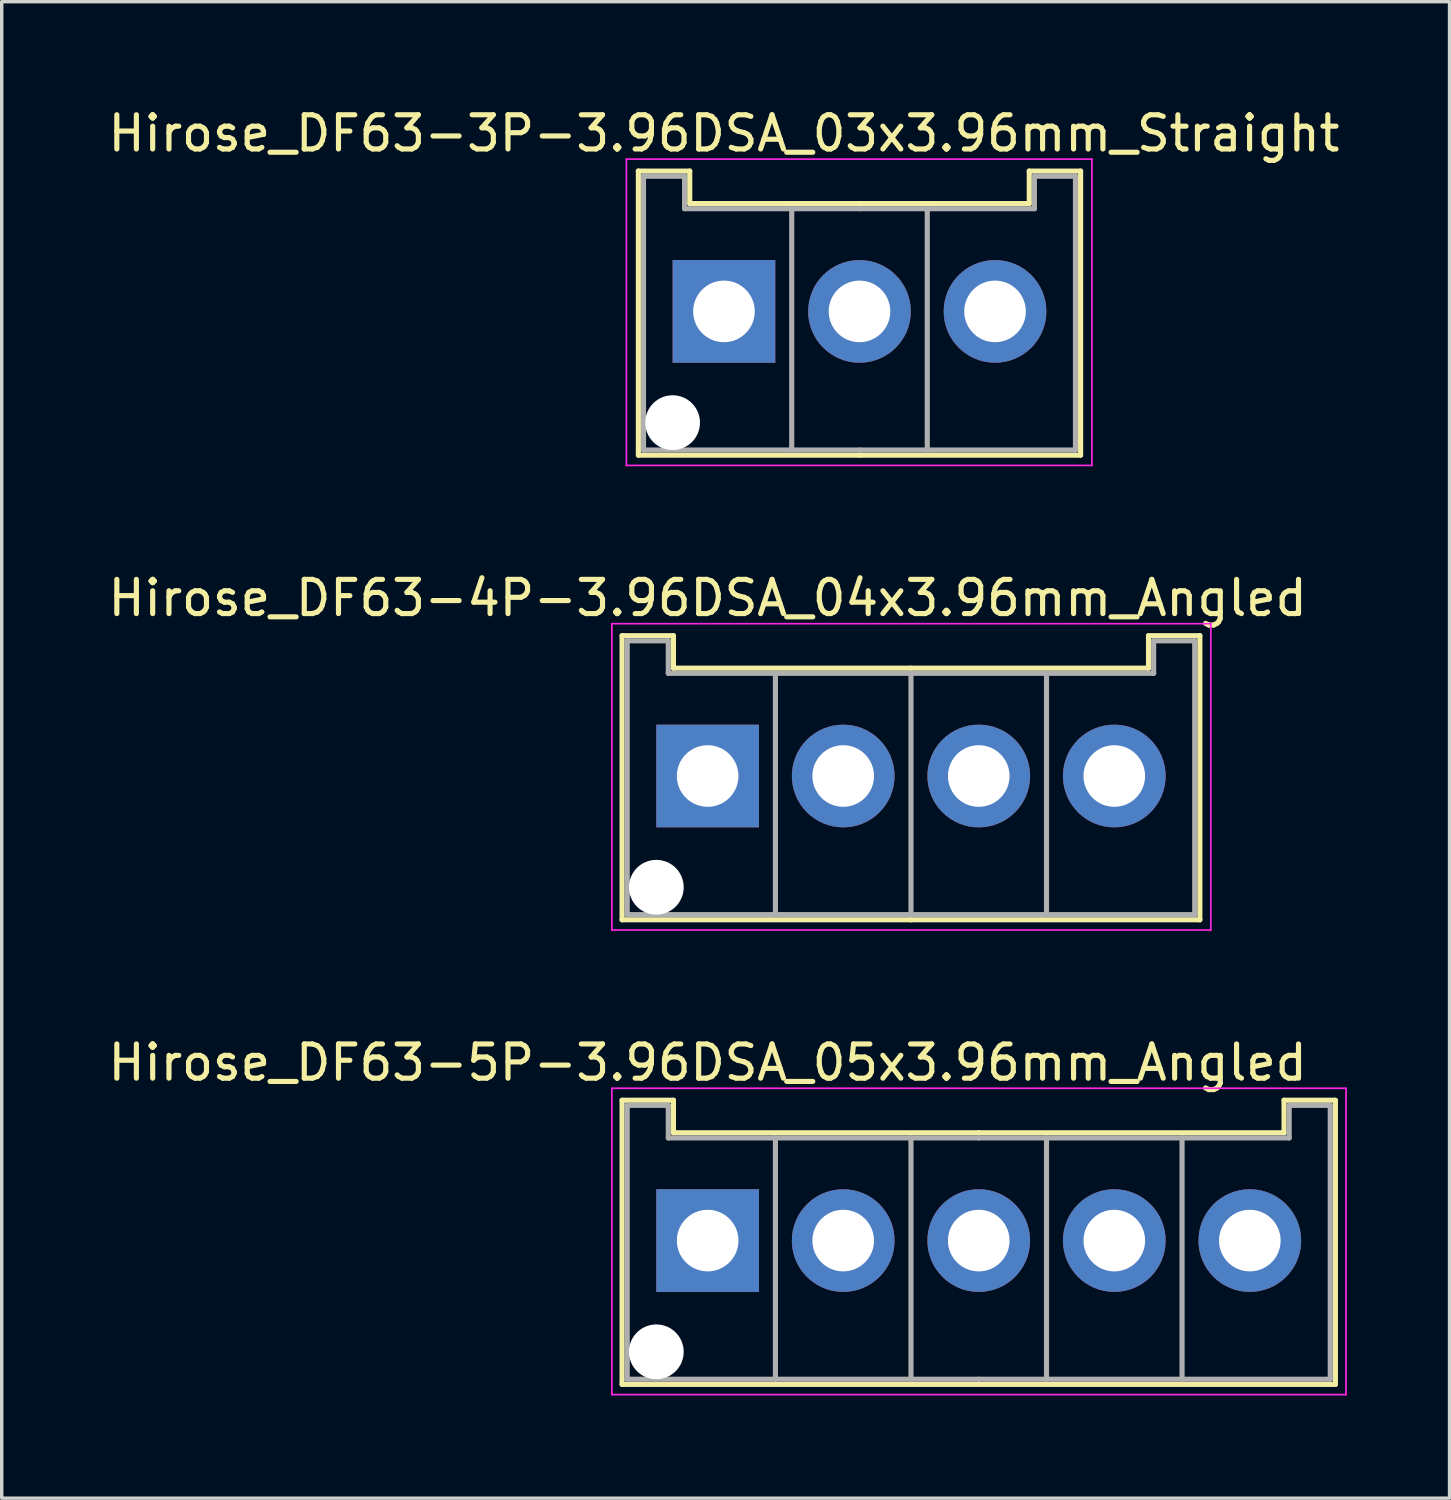
<source format=kicad_pcb>
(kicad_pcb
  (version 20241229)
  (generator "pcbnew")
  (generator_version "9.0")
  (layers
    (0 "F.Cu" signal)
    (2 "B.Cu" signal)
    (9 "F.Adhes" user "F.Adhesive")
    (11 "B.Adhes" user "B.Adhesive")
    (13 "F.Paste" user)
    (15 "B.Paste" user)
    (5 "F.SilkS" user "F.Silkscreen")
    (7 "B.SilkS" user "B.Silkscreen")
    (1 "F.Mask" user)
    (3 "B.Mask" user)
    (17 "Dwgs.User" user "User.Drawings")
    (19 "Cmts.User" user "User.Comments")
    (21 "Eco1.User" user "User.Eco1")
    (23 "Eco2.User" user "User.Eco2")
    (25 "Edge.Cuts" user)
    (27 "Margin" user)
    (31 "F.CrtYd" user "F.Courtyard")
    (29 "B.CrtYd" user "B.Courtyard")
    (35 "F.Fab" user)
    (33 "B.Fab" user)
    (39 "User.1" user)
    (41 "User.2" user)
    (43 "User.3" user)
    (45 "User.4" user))
  (footprint "Hirose_DF63-4P-3.96DSA_04x3.96mm_Angled"
    (layer "F.Cu")
    (at 17.625 19.622)
    (property "Reference" "Hirose_DF63-4P-3.96DSA_04x3.96mm_Angled" (at 0 -5.2 0) (layer "F.SilkS") (effects (font (size 1 1) (thickness 0.15))))
    (attr through_hole)
    (fp_line (start -2.5 -4.1) (end -1 -4.1) (stroke (width 0.15) (type solid)) (layer "F.SilkS"))
    (fp_line (start -2.5 4.2) (end -2.5 -4.1) (stroke (width 0.15) (type solid)) (layer "F.SilkS"))
    (fp_line (start -1 -4.1) (end -1 -3.15) (stroke (width 0.15) (type solid)) (layer "F.SilkS"))
    (fp_line (start -1 -3.15) (end 5.94 -3.15) (stroke (width 0.15) (type solid)) (layer "F.SilkS"))
    (fp_line (start 5.94 4.2) (end -2.5 4.2) (stroke (width 0.15) (type solid)) (layer "F.SilkS"))
    (fp_line (start 5.94 4.2) (end 14.38 4.2) (stroke (width 0.15) (type solid)) (layer "F.SilkS"))
    (fp_line (start 12.88 -4.1) (end 12.88 -3.15) (stroke (width 0.15) (type solid)) (layer "F.SilkS"))
    (fp_line (start 12.88 -3.15) (end 5.94 -3.15) (stroke (width 0.15) (type solid)) (layer "F.SilkS"))
    (fp_line (start 14.38 -4.1) (end 12.88 -4.1) (stroke (width 0.15) (type solid)) (layer "F.SilkS"))
    (fp_line (start 14.38 4.2) (end 14.38 -4.1) (stroke (width 0.15) (type solid)) (layer "F.SilkS"))
    (fp_line (start -2.8 -4.45) (end -2.8 4.5) (stroke (width 0.05) (type solid)) (layer "F.CrtYd"))
    (fp_line (start -2.8 4.5) (end 14.7 4.5) (stroke (width 0.05) (type solid)) (layer "F.CrtYd"))
    (fp_line (start 14.7 -4.45) (end -2.8 -4.45) (stroke (width 0.05) (type solid)) (layer "F.CrtYd"))
    (fp_line (start 14.7 4.5) (end 14.7 -4.45) (stroke (width 0.05) (type solid)) (layer "F.CrtYd"))
    (fp_line (start -2.35 -3.95) (end -1.15 -3.95) (stroke (width 0.15) (type solid)) (layer "F.Fab"))
    (fp_line (start -2.35 4.05) (end -2.35 -3.95) (stroke (width 0.15) (type solid)) (layer "F.Fab"))
    (fp_line (start -1.15 -3.95) (end -1.15 -3) (stroke (width 0.15) (type solid)) (layer "F.Fab"))
    (fp_line (start -1.15 -3) (end 5.94 -3) (stroke (width 0.15) (type solid)) (layer "F.Fab"))
    (fp_line (start 1.98 -3) (end 1.98 4.05) (stroke (width 0.15) (type solid)) (layer "F.Fab"))
    (fp_line (start 5.94 -3) (end 5.94 4.05) (stroke (width 0.15) (type solid)) (layer "F.Fab"))
    (fp_line (start 5.94 4.05) (end -2.35 4.05) (stroke (width 0.15) (type solid)) (layer "F.Fab"))
    (fp_line (start 5.94 4.05) (end 14.23 4.05) (stroke (width 0.15) (type solid)) (layer "F.Fab"))
    (fp_line (start 9.9 -3) (end 9.9 4.05) (stroke (width 0.15) (type solid)) (layer "F.Fab"))
    (fp_line (start 13.03 -3.95) (end 13.03 -3) (stroke (width 0.15) (type solid)) (layer "F.Fab"))
    (fp_line (start 13.03 -3) (end 5.94 -3) (stroke (width 0.15) (type solid)) (layer "F.Fab"))
    (fp_line (start 14.23 -3.95) (end 13.03 -3.95) (stroke (width 0.15) (type solid)) (layer "F.Fab"))
    (fp_line (start 14.23 4.05) (end 14.23 -3.95) (stroke (width 0.15) (type solid)) (layer "F.Fab"))
    (pad "" np_thru_hole circle (at -1.5 3.25) (size 1.6 1.6) (drill 1.6) (layers "*.Cu"))
    (pad "1" thru_hole rect (at 0 0) (size 3 3) (drill 1.8) (layers "*.Cu" "*.Mask"))
    (pad "2" thru_hole circle (at 3.96 0) (size 3 3) (drill 1.8) (layers "*.Cu" "*.Mask"))
    (pad "3" thru_hole circle (at 7.92 0) (size 3 3) (drill 1.8) (layers "*.Cu" "*.Mask"))
    (pad "4" thru_hole circle (at 11.88 0) (size 3 3) (drill 1.8) (layers "*.Cu" "*.Mask")))
  (footprint "Hirose_DF63-3P-3.96DSA_03x3.96mm_Straight"
    (layer "F.Cu")
    (at 18.101 6.048)
    (property "Reference" "Hirose_DF63-3P-3.96DSA_03x3.96mm_Straight" (at 0 -5.2 0) (layer "F.SilkS") (effects (font (size 1 1) (thickness 0.15))))
    (attr through_hole)
    (fp_line (start -2.5 -4.1) (end -1 -4.1) (stroke (width 0.15) (type solid)) (layer "F.SilkS"))
    (fp_line (start -2.5 4.2) (end -2.5 -4.1) (stroke (width 0.15) (type solid)) (layer "F.SilkS"))
    (fp_line (start -1 -4.1) (end -1 -3.15) (stroke (width 0.15) (type solid)) (layer "F.SilkS"))
    (fp_line (start -1 -3.15) (end 3.96 -3.15) (stroke (width 0.15) (type solid)) (layer "F.SilkS"))
    (fp_line (start 3.96 4.2) (end -2.5 4.2) (stroke (width 0.15) (type solid)) (layer "F.SilkS"))
    (fp_line (start 3.96 4.2) (end 10.42 4.2) (stroke (width 0.15) (type solid)) (layer "F.SilkS"))
    (fp_line (start 8.92 -4.1) (end 8.92 -3.15) (stroke (width 0.15) (type solid)) (layer "F.SilkS"))
    (fp_line (start 8.92 -3.15) (end 3.96 -3.15) (stroke (width 0.15) (type solid)) (layer "F.SilkS"))
    (fp_line (start 10.42 -4.1) (end 8.92 -4.1) (stroke (width 0.15) (type solid)) (layer "F.SilkS"))
    (fp_line (start 10.42 4.2) (end 10.42 -4.1) (stroke (width 0.15) (type solid)) (layer "F.SilkS"))
    (fp_line (start -2.85 -4.45) (end -2.85 4.5) (stroke (width 0.05) (type solid)) (layer "F.CrtYd"))
    (fp_line (start -2.85 4.5) (end 10.75 4.5) (stroke (width 0.05) (type solid)) (layer "F.CrtYd"))
    (fp_line (start 10.75 -4.45) (end -2.85 -4.45) (stroke (width 0.05) (type solid)) (layer "F.CrtYd"))
    (fp_line (start 10.75 4.5) (end 10.75 -4.45) (stroke (width 0.05) (type solid)) (layer "F.CrtYd"))
    (fp_line (start -2.35 -3.95) (end -1.15 -3.95) (stroke (width 0.15) (type solid)) (layer "F.Fab"))
    (fp_line (start -2.35 4.05) (end -2.35 -3.95) (stroke (width 0.15) (type solid)) (layer "F.Fab"))
    (fp_line (start -1.15 -3.95) (end -1.15 -3) (stroke (width 0.15) (type solid)) (layer "F.Fab"))
    (fp_line (start -1.15 -3) (end 3.96 -3) (stroke (width 0.15) (type solid)) (layer "F.Fab"))
    (fp_line (start 1.98 -3) (end 1.98 4.05) (stroke (width 0.15) (type solid)) (layer "F.Fab"))
    (fp_line (start 3.96 4.05) (end -2.35 4.05) (stroke (width 0.15) (type solid)) (layer "F.Fab"))
    (fp_line (start 3.96 4.05) (end 10.27 4.05) (stroke (width 0.15) (type solid)) (layer "F.Fab"))
    (fp_line (start 5.94 -3) (end 5.94 4.05) (stroke (width 0.15) (type solid)) (layer "F.Fab"))
    (fp_line (start 9.07 -3.95) (end 9.07 -3) (stroke (width 0.15) (type solid)) (layer "F.Fab"))
    (fp_line (start 9.07 -3) (end 3.96 -3) (stroke (width 0.15) (type solid)) (layer "F.Fab"))
    (fp_line (start 10.27 -3.95) (end 9.07 -3.95) (stroke (width 0.15) (type solid)) (layer "F.Fab"))
    (fp_line (start 10.27 4.05) (end 10.27 -3.95) (stroke (width 0.15) (type solid)) (layer "F.Fab"))
    (pad "" np_thru_hole circle (at -1.5 3.25) (size 1.6 1.6) (drill 1.6) (layers "*.Cu"))
    (pad "1" thru_hole rect (at 0 0) (size 3 3) (drill 1.8) (layers "*.Cu" "*.Mask"))
    (pad "2" thru_hole circle (at 3.96 0) (size 3 3) (drill 1.8) (layers "*.Cu" "*.Mask"))
    (pad "3" thru_hole circle (at 7.92 0) (size 3 3) (drill 1.8) (layers "*.Cu" "*.Mask")))
  (footprint "Hirose_DF63-5P-3.96DSA_05x3.96mm_Angled"
    (layer "F.Cu")
    (at 17.625 33.195)
    (property "Reference" "Hirose_DF63-5P-3.96DSA_05x3.96mm_Angled" (at 0 -5.2 0) (layer "F.SilkS") (effects (font (size 1 1) (thickness 0.15))))
    (attr through_hole)
    (fp_line (start -2.5 -4.1) (end -1 -4.1) (stroke (width 0.15) (type solid)) (layer "F.SilkS"))
    (fp_line (start -2.5 4.2) (end -2.5 -4.1) (stroke (width 0.15) (type solid)) (layer "F.SilkS"))
    (fp_line (start -1 -4.1) (end -1 -3.15) (stroke (width 0.15) (type solid)) (layer "F.SilkS"))
    (fp_line (start -1 -3.15) (end 7.92 -3.15) (stroke (width 0.15) (type solid)) (layer "F.SilkS"))
    (fp_line (start 7.92 4.2) (end -2.5 4.2) (stroke (width 0.15) (type solid)) (layer "F.SilkS"))
    (fp_line (start 7.92 4.2) (end 18.34 4.2) (stroke (width 0.15) (type solid)) (layer "F.SilkS"))
    (fp_line (start 16.84 -4.1) (end 16.84 -3.15) (stroke (width 0.15) (type solid)) (layer "F.SilkS"))
    (fp_line (start 16.84 -3.15) (end 7.92 -3.15) (stroke (width 0.15) (type solid)) (layer "F.SilkS"))
    (fp_line (start 18.34 -4.1) (end 16.84 -4.1) (stroke (width 0.15) (type solid)) (layer "F.SilkS"))
    (fp_line (start 18.34 4.2) (end 18.34 -4.1) (stroke (width 0.15) (type solid)) (layer "F.SilkS"))
    (fp_line (start -2.8 -4.45) (end -2.8 4.5) (stroke (width 0.05) (type solid)) (layer "F.CrtYd"))
    (fp_line (start -2.8 4.5) (end 18.65 4.5) (stroke (width 0.05) (type solid)) (layer "F.CrtYd"))
    (fp_line (start 18.65 -4.45) (end -2.8 -4.45) (stroke (width 0.05) (type solid)) (layer "F.CrtYd"))
    (fp_line (start 18.65 4.5) (end 18.65 -4.45) (stroke (width 0.05) (type solid)) (layer "F.CrtYd"))
    (fp_line (start -2.35 -3.95) (end -1.15 -3.95) (stroke (width 0.15) (type solid)) (layer "F.Fab"))
    (fp_line (start -2.35 4.05) (end -2.35 -3.95) (stroke (width 0.15) (type solid)) (layer "F.Fab"))
    (fp_line (start -1.15 -3.95) (end -1.15 -3) (stroke (width 0.15) (type solid)) (layer "F.Fab"))
    (fp_line (start -1.15 -3) (end 7.92 -3) (stroke (width 0.15) (type solid)) (layer "F.Fab"))
    (fp_line (start 1.98 -3) (end 1.98 4.05) (stroke (width 0.15) (type solid)) (layer "F.Fab"))
    (fp_line (start 5.94 -3) (end 5.94 4.05) (stroke (width 0.15) (type solid)) (layer "F.Fab"))
    (fp_line (start 7.92 4.05) (end -2.35 4.05) (stroke (width 0.15) (type solid)) (layer "F.Fab"))
    (fp_line (start 7.92 4.05) (end 18.19 4.05) (stroke (width 0.15) (type solid)) (layer "F.Fab"))
    (fp_line (start 9.9 -3) (end 9.9 4.05) (stroke (width 0.15) (type solid)) (layer "F.Fab"))
    (fp_line (start 13.86 -3) (end 13.86 4.05) (stroke (width 0.15) (type solid)) (layer "F.Fab"))
    (fp_line (start 16.99 -3.95) (end 16.99 -3) (stroke (width 0.15) (type solid)) (layer "F.Fab"))
    (fp_line (start 16.99 -3) (end 7.92 -3) (stroke (width 0.15) (type solid)) (layer "F.Fab"))
    (fp_line (start 18.19 -3.95) (end 16.99 -3.95) (stroke (width 0.15) (type solid)) (layer "F.Fab"))
    (fp_line (start 18.19 4.05) (end 18.19 -3.95) (stroke (width 0.15) (type solid)) (layer "F.Fab"))
    (pad "" np_thru_hole circle (at -1.5 3.25) (size 1.6 1.6) (drill 1.6) (layers "*.Cu"))
    (pad "1" thru_hole rect (at 0 0) (size 3 3) (drill 1.8) (layers "*.Cu" "*.Mask"))
    (pad "2" thru_hole circle (at 3.96 0) (size 3 3) (drill 1.8) (layers "*.Cu" "*.Mask"))
    (pad "3" thru_hole circle (at 7.92 0) (size 3 3) (drill 1.8) (layers "*.Cu" "*.Mask"))
    (pad "4" thru_hole circle (at 11.88 0) (size 3 3) (drill 1.8) (layers "*.Cu" "*.Mask"))
    (pad "5" thru_hole circle (at 15.84 0) (size 3 3) (drill 1.8) (layers "*.Cu" "*.Mask")))
  (gr_rect
    (start -3 -3)
    (end 39.3 40.72)
    (stroke (width 0.1) (type default))
    (fill no)
    (layer "Edge.Cuts")))
</source>
